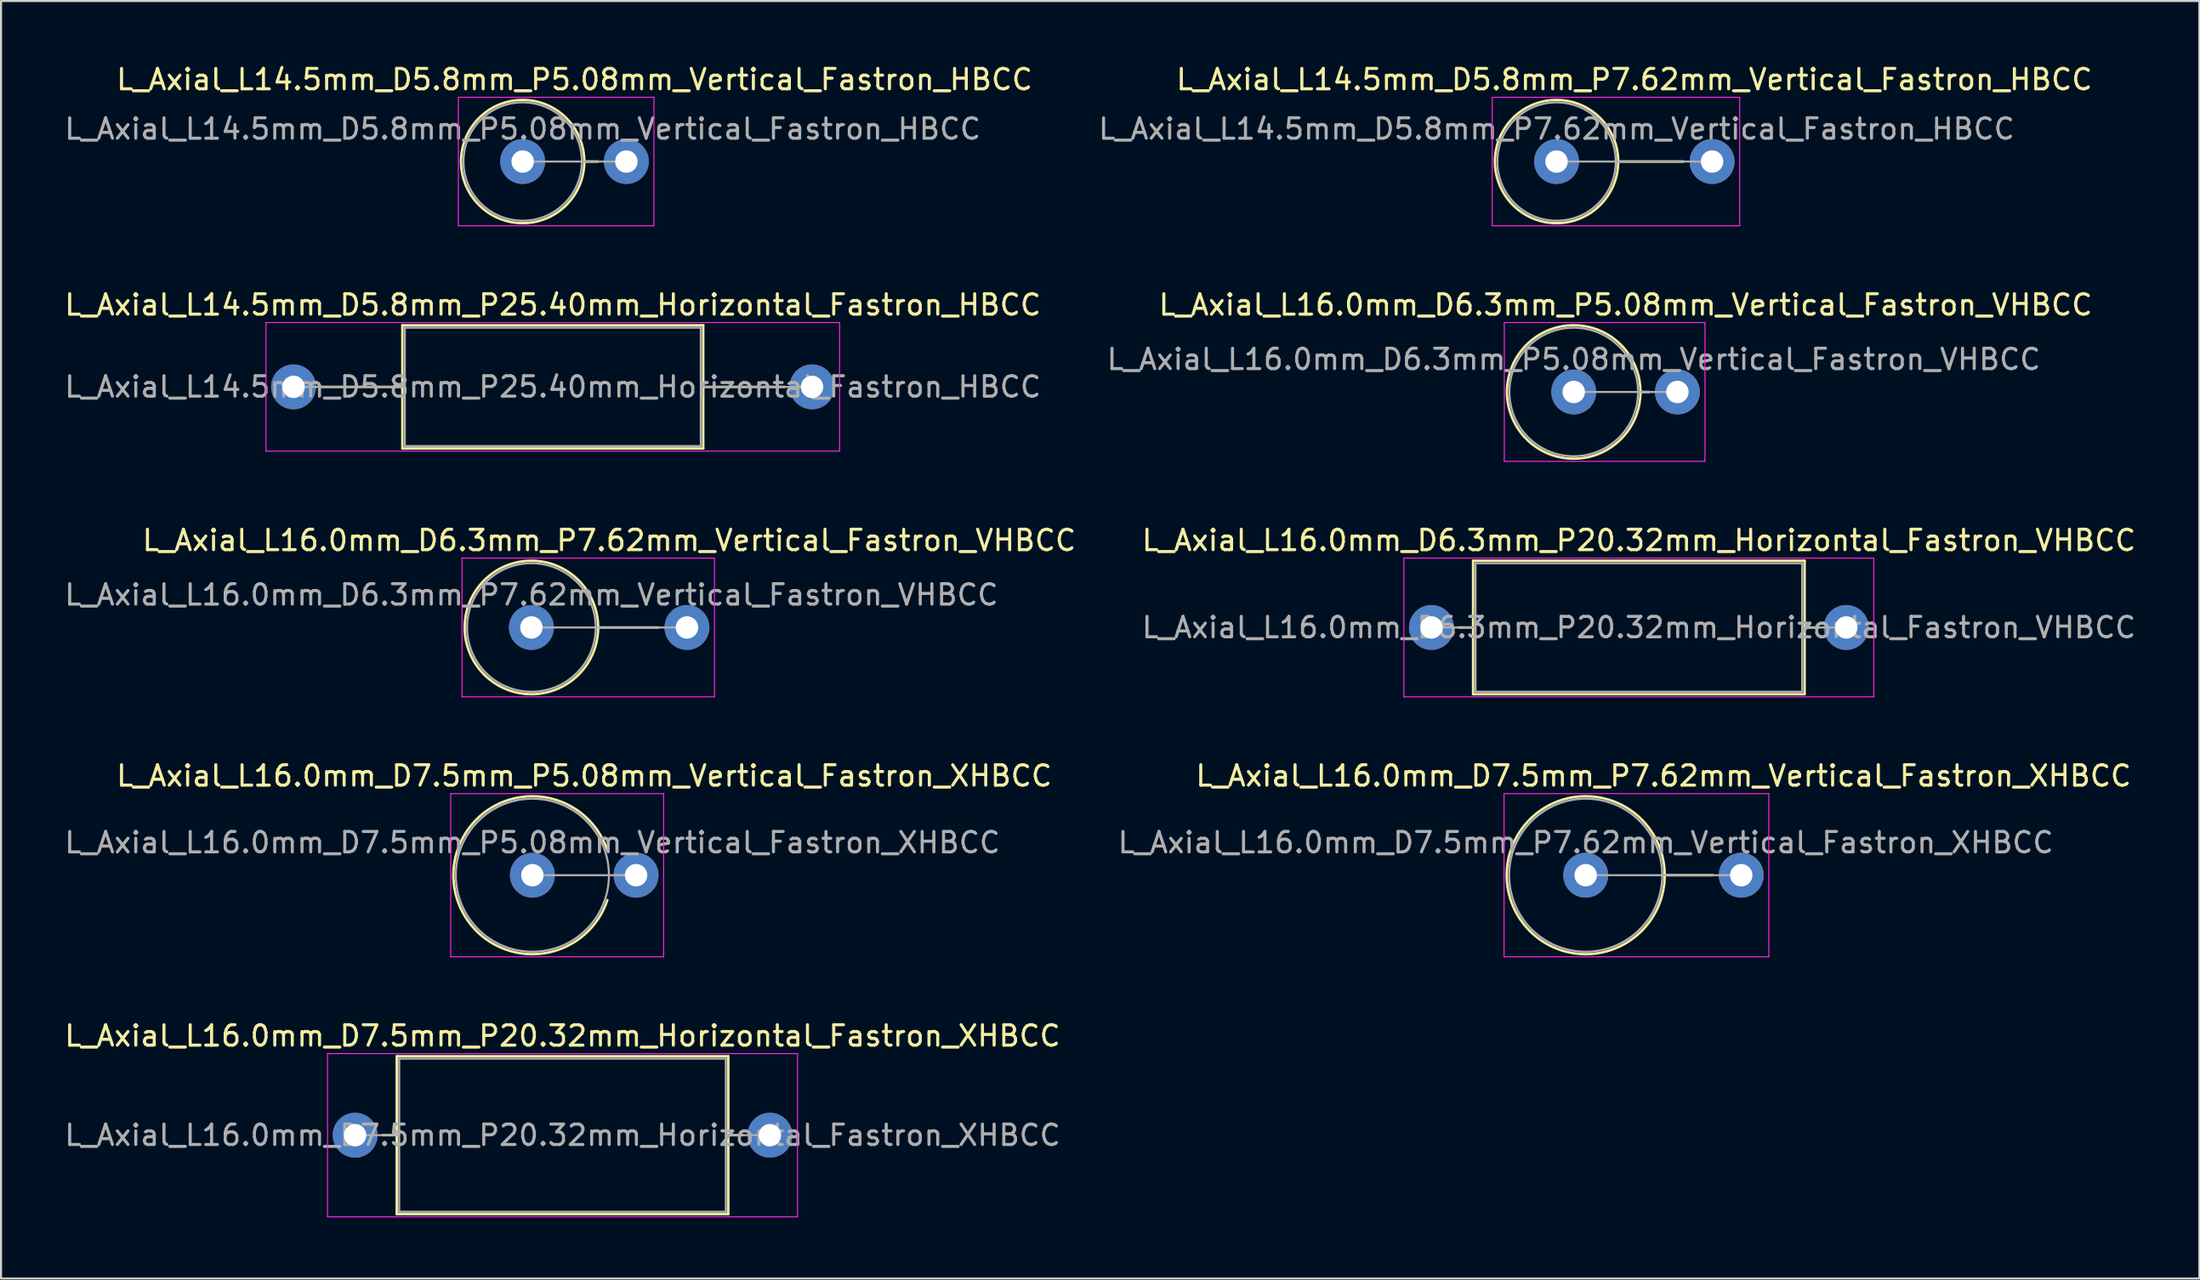
<source format=kicad_pcb>
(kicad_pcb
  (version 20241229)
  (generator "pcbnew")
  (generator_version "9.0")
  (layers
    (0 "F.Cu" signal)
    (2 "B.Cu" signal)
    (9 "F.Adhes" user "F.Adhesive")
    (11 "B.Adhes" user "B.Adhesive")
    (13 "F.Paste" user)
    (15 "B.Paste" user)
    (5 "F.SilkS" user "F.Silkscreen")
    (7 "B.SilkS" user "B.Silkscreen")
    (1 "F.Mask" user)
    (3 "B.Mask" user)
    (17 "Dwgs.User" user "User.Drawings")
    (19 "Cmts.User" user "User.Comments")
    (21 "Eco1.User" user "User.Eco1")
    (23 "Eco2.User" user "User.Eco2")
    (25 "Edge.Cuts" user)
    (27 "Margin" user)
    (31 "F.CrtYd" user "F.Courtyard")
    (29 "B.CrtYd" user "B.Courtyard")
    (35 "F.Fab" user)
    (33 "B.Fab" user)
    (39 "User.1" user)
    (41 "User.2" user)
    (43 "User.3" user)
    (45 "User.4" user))
  (footprint "L_Axial_L14.5mm_D5.8mm_P7.62mm_Vertical_Fastron_HBCC"
    (layer "F.Cu")
    (at 73.201 4.868)
    (property "Reference" "L_Axial_L14.5mm_D5.8mm_P7.62mm_Vertical_Fastron_HBCC" (at 3.81 -4.02 0) (layer "F.SilkS") (effects (font (size 1 1) (thickness 0.15))))
    (attr through_hole)
    (fp_line (start 3.02 0) (end 6.22 0) (stroke (width 0.12) (type solid)) (layer "F.SilkS"))
    (fp_circle (center 0 0) (end 3.02 0) (stroke (width 0.12) (type solid)) (fill no) (layer "F.SilkS"))
    (fp_line (start -3.15 -3.15) (end -3.15 3.15) (stroke (width 0.05) (type solid)) (layer "F.CrtYd"))
    (fp_line (start -3.15 3.15) (end 8.97 3.15) (stroke (width 0.05) (type solid)) (layer "F.CrtYd"))
    (fp_line (start 8.97 -3.15) (end -3.15 -3.15) (stroke (width 0.05) (type solid)) (layer "F.CrtYd"))
    (fp_line (start 8.97 3.15) (end 8.97 -3.15) (stroke (width 0.05) (type solid)) (layer "F.CrtYd"))
    (fp_line (start 0 0) (end 7.62 0) (stroke (width 0.1) (type solid)) (layer "F.Fab"))
    (fp_circle (center 0 0) (end 2.9 0) (stroke (width 0.1) (type solid)) (fill no) (layer "F.Fab"))
    (fp_text user "${REFERENCE}" (at 0 -1.6 0) (layer "F.Fab") (effects (font (size 1 1) (thickness 0.15))))
    (pad "1" thru_hole circle (at 0 0) (size 2.2 2.2) (drill 1.1) (layers "*.Cu" "*.Mask"))
    (pad "2" thru_hole oval (at 7.62 0) (size 2.2 2.2) (drill 1.1) (layers "*.Cu" "*.Mask")))
  (footprint "L_Axial_L14.5mm_D5.8mm_P25.40mm_Horizontal_Fastron_HBCC"
    (layer "F.Cu")
    (at 11.33 15.912)
    (property "Reference" "L_Axial_L14.5mm_D5.8mm_P25.40mm_Horizontal_Fastron_HBCC" (at 12.7 -4.02 0) (layer "F.SilkS") (effects (font (size 1 1) (thickness 0.15))))
    (attr through_hole)
    (fp_line (start 1.34 0) (end 5.33 0) (stroke (width 0.12) (type solid)) (layer "F.SilkS"))
    (fp_line (start 5.33 -3.02) (end 5.33 3.02) (stroke (width 0.12) (type solid)) (layer "F.SilkS"))
    (fp_line (start 5.33 3.02) (end 20.07 3.02) (stroke (width 0.12) (type solid)) (layer "F.SilkS"))
    (fp_line (start 20.07 -3.02) (end 5.33 -3.02) (stroke (width 0.12) (type solid)) (layer "F.SilkS"))
    (fp_line (start 20.07 3.02) (end 20.07 -3.02) (stroke (width 0.12) (type solid)) (layer "F.SilkS"))
    (fp_line (start 24.06 0) (end 20.07 0) (stroke (width 0.12) (type solid)) (layer "F.SilkS"))
    (fp_line (start -1.35 -3.15) (end -1.35 3.15) (stroke (width 0.05) (type solid)) (layer "F.CrtYd"))
    (fp_line (start -1.35 3.15) (end 26.75 3.15) (stroke (width 0.05) (type solid)) (layer "F.CrtYd"))
    (fp_line (start 26.75 -3.15) (end -1.35 -3.15) (stroke (width 0.05) (type solid)) (layer "F.CrtYd"))
    (fp_line (start 26.75 3.15) (end 26.75 -3.15) (stroke (width 0.05) (type solid)) (layer "F.CrtYd"))
    (fp_line (start 0 0) (end 5.45 0) (stroke (width 0.1) (type solid)) (layer "F.Fab"))
    (fp_line (start 5.45 -2.9) (end 5.45 2.9) (stroke (width 0.1) (type solid)) (layer "F.Fab"))
    (fp_line (start 5.45 2.9) (end 19.95 2.9) (stroke (width 0.1) (type solid)) (layer "F.Fab"))
    (fp_line (start 19.95 -2.9) (end 5.45 -2.9) (stroke (width 0.1) (type solid)) (layer "F.Fab"))
    (fp_line (start 19.95 2.9) (end 19.95 -2.9) (stroke (width 0.1) (type solid)) (layer "F.Fab"))
    (fp_line (start 25.4 0) (end 19.95 0) (stroke (width 0.1) (type solid)) (layer "F.Fab"))
    (fp_text user "${REFERENCE}" (at 12.7 0 0) (layer "F.Fab") (effects (font (size 1 1) (thickness 0.15))))
    (pad "1" thru_hole circle (at 0 0) (size 2.2 2.2) (drill 1.1) (layers "*.Cu" "*.Mask"))
    (pad "2" thru_hole oval (at 25.4 0) (size 2.2 2.2) (drill 1.1) (layers "*.Cu" "*.Mask")))
  (footprint "L_Axial_L16.0mm_D6.3mm_P20.32mm_Horizontal_Fastron_VHBCC"
    (layer "F.Cu")
    (at 67.073 27.705)
    (property "Reference" "L_Axial_L16.0mm_D6.3mm_P20.32mm_Horizontal_Fastron_VHBCC" (at 10.16 -4.27 0) (layer "F.SilkS") (effects (font (size 1 1) (thickness 0.15))))
    (attr through_hole)
    (fp_line (start 1.34 0) (end 2.04 0) (stroke (width 0.12) (type solid)) (layer "F.SilkS"))
    (fp_line (start 2.04 -3.27) (end 2.04 3.27) (stroke (width 0.12) (type solid)) (layer "F.SilkS"))
    (fp_line (start 2.04 3.27) (end 18.28 3.27) (stroke (width 0.12) (type solid)) (layer "F.SilkS"))
    (fp_line (start 18.28 -3.27) (end 2.04 -3.27) (stroke (width 0.12) (type solid)) (layer "F.SilkS"))
    (fp_line (start 18.28 3.27) (end 18.28 -3.27) (stroke (width 0.12) (type solid)) (layer "F.SilkS"))
    (fp_line (start 18.98 0) (end 18.28 0) (stroke (width 0.12) (type solid)) (layer "F.SilkS"))
    (fp_line (start -1.35 -3.4) (end -1.35 3.4) (stroke (width 0.05) (type solid)) (layer "F.CrtYd"))
    (fp_line (start -1.35 3.4) (end 21.67 3.4) (stroke (width 0.05) (type solid)) (layer "F.CrtYd"))
    (fp_line (start 21.67 -3.4) (end -1.35 -3.4) (stroke (width 0.05) (type solid)) (layer "F.CrtYd"))
    (fp_line (start 21.67 3.4) (end 21.67 -3.4) (stroke (width 0.05) (type solid)) (layer "F.CrtYd"))
    (fp_line (start 0 0) (end 2.16 0) (stroke (width 0.1) (type solid)) (layer "F.Fab"))
    (fp_line (start 2.16 -3.15) (end 2.16 3.15) (stroke (width 0.1) (type solid)) (layer "F.Fab"))
    (fp_line (start 2.16 3.15) (end 18.16 3.15) (stroke (width 0.1) (type solid)) (layer "F.Fab"))
    (fp_line (start 18.16 -3.15) (end 2.16 -3.15) (stroke (width 0.1) (type solid)) (layer "F.Fab"))
    (fp_line (start 18.16 3.15) (end 18.16 -3.15) (stroke (width 0.1) (type solid)) (layer "F.Fab"))
    (fp_line (start 20.32 0) (end 18.16 0) (stroke (width 0.1) (type solid)) (layer "F.Fab"))
    (fp_text user "${REFERENCE}" (at 10.16 0 0) (layer "F.Fab") (effects (font (size 1 1) (thickness 0.15))))
    (pad "1" thru_hole circle (at 0 0) (size 2.2 2.2) (drill 1.1) (layers "*.Cu" "*.Mask"))
    (pad "2" thru_hole oval (at 20.32 0) (size 2.2 2.2) (drill 1.1) (layers "*.Cu" "*.Mask")))
  (footprint "L_Axial_L16.0mm_D6.3mm_P7.62mm_Vertical_Fastron_VHBCC"
    (layer "F.Cu")
    (at 22.982 27.705)
    (property "Reference" "L_Axial_L16.0mm_D6.3mm_P7.62mm_Vertical_Fastron_VHBCC" (at 3.81 -4.27 0) (layer "F.SilkS") (effects (font (size 1 1) (thickness 0.15))))
    (attr through_hole)
    (fp_line (start 3.27 0) (end 6.22 0) (stroke (width 0.12) (type solid)) (layer "F.SilkS"))
    (fp_circle (center 0 0) (end 3.27 0) (stroke (width 0.12) (type solid)) (fill no) (layer "F.SilkS"))
    (fp_line (start -3.4 -3.4) (end -3.4 3.4) (stroke (width 0.05) (type solid)) (layer "F.CrtYd"))
    (fp_line (start -3.4 3.4) (end 8.97 3.4) (stroke (width 0.05) (type solid)) (layer "F.CrtYd"))
    (fp_line (start 8.97 -3.4) (end -3.4 -3.4) (stroke (width 0.05) (type solid)) (layer "F.CrtYd"))
    (fp_line (start 8.97 3.4) (end 8.97 -3.4) (stroke (width 0.05) (type solid)) (layer "F.CrtYd"))
    (fp_line (start 0 0) (end 7.62 0) (stroke (width 0.1) (type solid)) (layer "F.Fab"))
    (fp_circle (center 0 0) (end 3.15 0) (stroke (width 0.1) (type solid)) (fill no) (layer "F.Fab"))
    (fp_text user "${REFERENCE}" (at 0 -1.6 0) (layer "F.Fab") (effects (font (size 1 1) (thickness 0.15))))
    (pad "1" thru_hole circle (at 0 0) (size 2.2 2.2) (drill 1.1) (layers "*.Cu" "*.Mask"))
    (pad "2" thru_hole oval (at 7.62 0) (size 2.2 2.2) (drill 1.1) (layers "*.Cu" "*.Mask")))
  (footprint "L_Axial_L14.5mm_D5.8mm_P5.08mm_Vertical_Fastron_HBCC"
    (layer "F.Cu")
    (at 22.554 4.868)
    (property "Reference" "L_Axial_L14.5mm_D5.8mm_P5.08mm_Vertical_Fastron_HBCC" (at 2.54 -4.02 0) (layer "F.SilkS") (effects (font (size 1 1) (thickness 0.15))))
    (attr through_hole)
    (fp_line (start 3.02 0) (end 3.68 0) (stroke (width 0.12) (type solid)) (layer "F.SilkS"))
    (fp_circle (center 0 0) (end 3.02 0) (stroke (width 0.12) (type solid)) (fill no) (layer "F.SilkS"))
    (fp_line (start -3.15 -3.15) (end -3.15 3.15) (stroke (width 0.05) (type solid)) (layer "F.CrtYd"))
    (fp_line (start -3.15 3.15) (end 6.43 3.15) (stroke (width 0.05) (type solid)) (layer "F.CrtYd"))
    (fp_line (start 6.43 -3.15) (end -3.15 -3.15) (stroke (width 0.05) (type solid)) (layer "F.CrtYd"))
    (fp_line (start 6.43 3.15) (end 6.43 -3.15) (stroke (width 0.05) (type solid)) (layer "F.CrtYd"))
    (fp_line (start 0 0) (end 5.08 0) (stroke (width 0.1) (type solid)) (layer "F.Fab"))
    (fp_circle (center 0 0) (end 2.9 0) (stroke (width 0.1) (type solid)) (fill no) (layer "F.Fab"))
    (fp_text user "${REFERENCE}" (at 0 -1.6 0) (layer "F.Fab") (effects (font (size 1 1) (thickness 0.15))))
    (pad "1" thru_hole circle (at 0 0) (size 2.2 2.2) (drill 1.1) (layers "*.Cu" "*.Mask"))
    (pad "2" thru_hole oval (at 5.08 0) (size 2.2 2.2) (drill 1.1) (layers "*.Cu" "*.Mask")))
  (footprint "L_Axial_L16.0mm_D7.5mm_P7.62mm_Vertical_Fastron_XHBCC"
    (layer "F.Cu")
    (at 74.629 39.848)
    (property "Reference" "L_Axial_L16.0mm_D7.5mm_P7.62mm_Vertical_Fastron_XHBCC" (at 3.81 -4.87 0) (layer "F.SilkS") (effects (font (size 1 1) (thickness 0.15))))
    (attr through_hole)
    (fp_line (start 3.87 0) (end 6.22 0) (stroke (width 0.12) (type solid)) (layer "F.SilkS"))
    (fp_circle (center 0 0) (end 3.87 0) (stroke (width 0.12) (type solid)) (fill no) (layer "F.SilkS"))
    (fp_line (start -4 -4) (end -4 4) (stroke (width 0.05) (type solid)) (layer "F.CrtYd"))
    (fp_line (start -4 4) (end 8.97 4) (stroke (width 0.05) (type solid)) (layer "F.CrtYd"))
    (fp_line (start 8.97 -4) (end -4 -4) (stroke (width 0.05) (type solid)) (layer "F.CrtYd"))
    (fp_line (start 8.97 4) (end 8.97 -4) (stroke (width 0.05) (type solid)) (layer "F.CrtYd"))
    (fp_line (start 0 0) (end 7.62 0) (stroke (width 0.1) (type solid)) (layer "F.Fab"))
    (fp_circle (center 0 0) (end 3.75 0) (stroke (width 0.1) (type solid)) (fill no) (layer "F.Fab"))
    (fp_text user "${REFERENCE}" (at 0 -1.6 0) (layer "F.Fab") (effects (font (size 1 1) (thickness 0.15))))
    (pad "1" thru_hole circle (at 0 0) (size 2.2 2.2) (drill 1.1) (layers "*.Cu" "*.Mask"))
    (pad "2" thru_hole oval (at 7.62 0) (size 2.2 2.2) (drill 1.1) (layers "*.Cu" "*.Mask")))
  (footprint "L_Axial_L16.0mm_D6.3mm_P5.08mm_Vertical_Fastron_VHBCC"
    (layer "F.Cu")
    (at 74.042 16.162)
    (property "Reference" "L_Axial_L16.0mm_D6.3mm_P5.08mm_Vertical_Fastron_VHBCC" (at 2.54 -4.27 0) (layer "F.SilkS") (effects (font (size 1 1) (thickness 0.15))))
    (attr through_hole)
    (fp_line (start 3.27 0) (end 3.68 0) (stroke (width 0.12) (type solid)) (layer "F.SilkS"))
    (fp_circle (center 0 0) (end 3.27 0) (stroke (width 0.12) (type solid)) (fill no) (layer "F.SilkS"))
    (fp_line (start -3.4 -3.4) (end -3.4 3.4) (stroke (width 0.05) (type solid)) (layer "F.CrtYd"))
    (fp_line (start -3.4 3.4) (end 6.43 3.4) (stroke (width 0.05) (type solid)) (layer "F.CrtYd"))
    (fp_line (start 6.43 -3.4) (end -3.4 -3.4) (stroke (width 0.05) (type solid)) (layer "F.CrtYd"))
    (fp_line (start 6.43 3.4) (end 6.43 -3.4) (stroke (width 0.05) (type solid)) (layer "F.CrtYd"))
    (fp_line (start 0 0) (end 5.08 0) (stroke (width 0.1) (type solid)) (layer "F.Fab"))
    (fp_circle (center 0 0) (end 3.15 0) (stroke (width 0.1) (type solid)) (fill no) (layer "F.Fab"))
    (fp_text user "${REFERENCE}" (at 0 -1.6 0) (layer "F.Fab") (effects (font (size 1 1) (thickness 0.15))))
    (pad "1" thru_hole circle (at 0 0) (size 2.2 2.2) (drill 1.1) (layers "*.Cu" "*.Mask"))
    (pad "2" thru_hole oval (at 5.08 0) (size 2.2 2.2) (drill 1.1) (layers "*.Cu" "*.Mask")))
  (footprint "L_Axial_L16.0mm_D7.5mm_P5.08mm_Vertical_Fastron_XHBCC"
    (layer "F.Cu")
    (at 23.03 39.848)
    (property "Reference" "L_Axial_L16.0mm_D7.5mm_P5.08mm_Vertical_Fastron_XHBCC" (at 2.54 -4.87 0) (layer "F.SilkS") (effects (font (size 1 1) (thickness 0.15))))
    (attr through_hole)
    (fp_arc (start 3.672669 1.22) (mid -3.87 0) (end 3.672669 -1.22) (stroke (width 0.12) (type solid)) (layer "F.SilkS"))
    (fp_line (start -4 -4) (end -4 4) (stroke (width 0.05) (type solid)) (layer "F.CrtYd"))
    (fp_line (start -4 4) (end 6.43 4) (stroke (width 0.05) (type solid)) (layer "F.CrtYd"))
    (fp_line (start 6.43 -4) (end -4 -4) (stroke (width 0.05) (type solid)) (layer "F.CrtYd"))
    (fp_line (start 6.43 4) (end 6.43 -4) (stroke (width 0.05) (type solid)) (layer "F.CrtYd"))
    (fp_line (start 0 0) (end 5.08 0) (stroke (width 0.1) (type solid)) (layer "F.Fab"))
    (fp_circle (center 0 0) (end 3.75 0) (stroke (width 0.1) (type solid)) (fill no) (layer "F.Fab"))
    (fp_text user "${REFERENCE}" (at 0 -1.6 0) (layer "F.Fab") (effects (font (size 1 1) (thickness 0.15))))
    (pad "1" thru_hole circle (at 0 0) (size 2.2 2.2) (drill 1.1) (layers "*.Cu" "*.Mask"))
    (pad "2" thru_hole oval (at 5.08 0) (size 2.2 2.2) (drill 1.1) (layers "*.Cu" "*.Mask")))
  (footprint "L_Axial_L16.0mm_D7.5mm_P20.32mm_Horizontal_Fastron_XHBCC"
    (layer "F.Cu")
    (at 14.346 52.591)
    (property "Reference" "L_Axial_L16.0mm_D7.5mm_P20.32mm_Horizontal_Fastron_XHBCC" (at 10.16 -4.87 0) (layer "F.SilkS") (effects (font (size 1 1) (thickness 0.15))))
    (attr through_hole)
    (fp_line (start 1.34 0) (end 2.04 0) (stroke (width 0.12) (type solid)) (layer "F.SilkS"))
    (fp_line (start 2.04 -3.87) (end 2.04 3.87) (stroke (width 0.12) (type solid)) (layer "F.SilkS"))
    (fp_line (start 2.04 3.87) (end 18.28 3.87) (stroke (width 0.12) (type solid)) (layer "F.SilkS"))
    (fp_line (start 18.28 -3.87) (end 2.04 -3.87) (stroke (width 0.12) (type solid)) (layer "F.SilkS"))
    (fp_line (start 18.28 3.87) (end 18.28 -3.87) (stroke (width 0.12) (type solid)) (layer "F.SilkS"))
    (fp_line (start 18.98 0) (end 18.28 0) (stroke (width 0.12) (type solid)) (layer "F.SilkS"))
    (fp_line (start -1.35 -4) (end -1.35 4) (stroke (width 0.05) (type solid)) (layer "F.CrtYd"))
    (fp_line (start -1.35 4) (end 21.67 4) (stroke (width 0.05) (type solid)) (layer "F.CrtYd"))
    (fp_line (start 21.67 -4) (end -1.35 -4) (stroke (width 0.05) (type solid)) (layer "F.CrtYd"))
    (fp_line (start 21.67 4) (end 21.67 -4) (stroke (width 0.05) (type solid)) (layer "F.CrtYd"))
    (fp_line (start 0 0) (end 2.16 0) (stroke (width 0.1) (type solid)) (layer "F.Fab"))
    (fp_line (start 2.16 -3.75) (end 2.16 3.75) (stroke (width 0.1) (type solid)) (layer "F.Fab"))
    (fp_line (start 2.16 3.75) (end 18.16 3.75) (stroke (width 0.1) (type solid)) (layer "F.Fab"))
    (fp_line (start 18.16 -3.75) (end 2.16 -3.75) (stroke (width 0.1) (type solid)) (layer "F.Fab"))
    (fp_line (start 18.16 3.75) (end 18.16 -3.75) (stroke (width 0.1) (type solid)) (layer "F.Fab"))
    (fp_line (start 20.32 0) (end 18.16 0) (stroke (width 0.1) (type solid)) (layer "F.Fab"))
    (fp_text user "${REFERENCE}" (at 10.16 0 0) (layer "F.Fab") (effects (font (size 1 1) (thickness 0.15))))
    (pad "1" thru_hole circle (at 0 0) (size 2.2 2.2) (drill 1.1) (layers "*.Cu" "*.Mask"))
    (pad "2" thru_hole oval (at 20.32 0) (size 2.2 2.2) (drill 1.1) (layers "*.Cu" "*.Mask")))
  (gr_rect
    (start -3 -3)
    (end 104.691 59.616)
    (stroke (width 0.1) (type default))
    (fill no)
    (layer "Edge.Cuts")))
</source>
